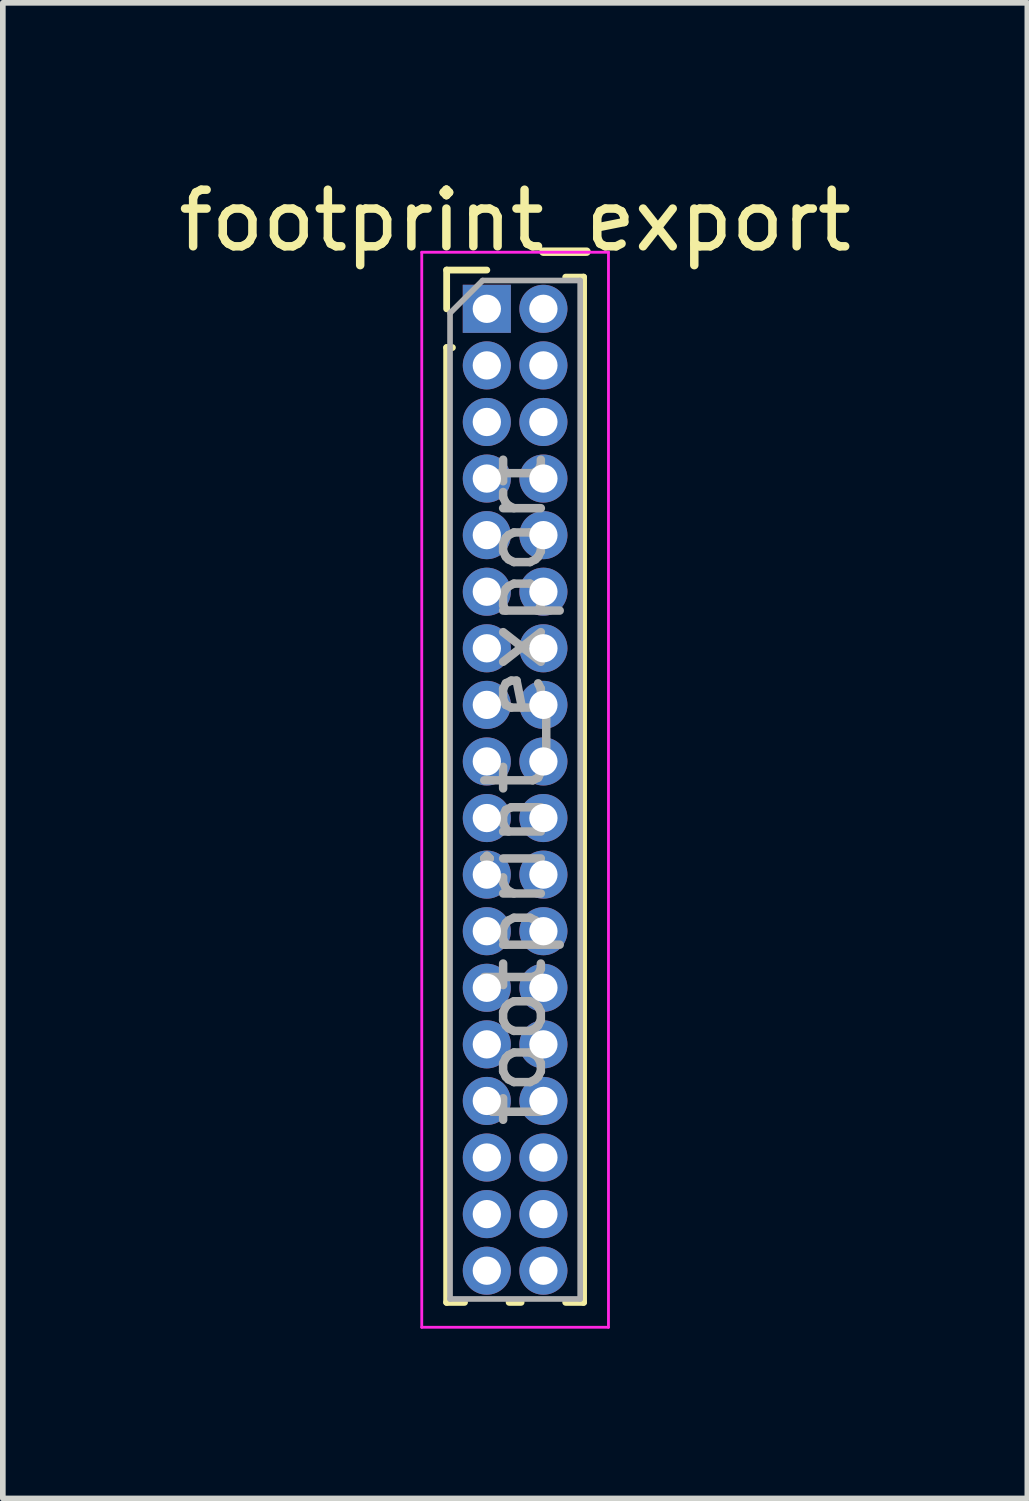
<source format=kicad_pcb>
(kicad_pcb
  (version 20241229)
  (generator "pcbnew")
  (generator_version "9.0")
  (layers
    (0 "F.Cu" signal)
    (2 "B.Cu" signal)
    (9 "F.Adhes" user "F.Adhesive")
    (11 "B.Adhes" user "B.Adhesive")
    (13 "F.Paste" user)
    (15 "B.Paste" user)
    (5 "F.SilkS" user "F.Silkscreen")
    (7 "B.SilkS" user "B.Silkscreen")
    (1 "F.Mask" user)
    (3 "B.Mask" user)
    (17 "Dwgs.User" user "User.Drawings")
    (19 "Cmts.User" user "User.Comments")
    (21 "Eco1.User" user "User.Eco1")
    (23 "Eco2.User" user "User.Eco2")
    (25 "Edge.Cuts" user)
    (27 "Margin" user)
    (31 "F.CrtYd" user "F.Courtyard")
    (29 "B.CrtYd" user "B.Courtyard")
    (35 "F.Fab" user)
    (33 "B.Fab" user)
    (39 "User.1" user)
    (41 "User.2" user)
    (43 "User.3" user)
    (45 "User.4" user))
  (footprint "footprint_export"
    (layer "F.Cu")
    (at 5.554 2.408)
    (property "Reference" "footprint_export" (at 0.5 -1.56 0) (layer "F.SilkS") (effects (font (size 1 1) (thickness 0.15))))
    (attr through_hole)
    (fp_line (start -0.71 -0.685) (end 0 -0.685) (stroke (width 0.12) (type solid)) (layer "F.SilkS"))
    (fp_line (start -0.71 0) (end -0.71 -0.685) (stroke (width 0.12) (type solid)) (layer "F.SilkS"))
    (fp_line (start -0.71 0.685) (end -0.71 17.56) (stroke (width 0.12) (type solid)) (layer "F.SilkS"))
    (fp_line (start -0.71 0.685) (end -0.608 0.685) (stroke (width 0.12) (type solid)) (layer "F.SilkS"))
    (fp_line (start -0.71 17.56) (end -0.394 17.56) (stroke (width 0.12) (type solid)) (layer "F.SilkS"))
    (fp_line (start 0.394 17.56) (end 0.606 17.56) (stroke (width 0.12) (type solid)) (layer "F.SilkS"))
    (fp_line (start 1.394 -0.56) (end 1.71 -0.56) (stroke (width 0.12) (type solid)) (layer "F.SilkS"))
    (fp_line (start 1.394 17.56) (end 1.71 17.56) (stroke (width 0.12) (type solid)) (layer "F.SilkS"))
    (fp_line (start 1.71 -0.56) (end 1.71 17.56) (stroke (width 0.12) (type solid)) (layer "F.SilkS"))
    (fp_line (start -1.15 -1) (end -1.15 18) (stroke (width 0.05) (type solid)) (layer "F.CrtYd"))
    (fp_line (start -1.15 18) (end 2.15 18) (stroke (width 0.05) (type solid)) (layer "F.CrtYd"))
    (fp_line (start 2.15 -1) (end -1.15 -1) (stroke (width 0.05) (type solid)) (layer "F.CrtYd"))
    (fp_line (start 2.15 18) (end 2.15 -1) (stroke (width 0.05) (type solid)) (layer "F.CrtYd"))
    (fp_line (start -0.65 0.075) (end -0.075 -0.5) (stroke (width 0.1) (type solid)) (layer "F.Fab"))
    (fp_line (start -0.65 17.5) (end -0.65 0.075) (stroke (width 0.1) (type solid)) (layer "F.Fab"))
    (fp_line (start -0.075 -0.5) (end 1.65 -0.5) (stroke (width 0.1) (type solid)) (layer "F.Fab"))
    (fp_line (start 1.65 -0.5) (end 1.65 17.5) (stroke (width 0.1) (type solid)) (layer "F.Fab"))
    (fp_line (start 1.65 17.5) (end -0.65 17.5) (stroke (width 0.1) (type solid)) (layer "F.Fab"))
    (fp_text user "${REFERENCE}" (at 0.5 8.5 90) (layer "F.Fab") (effects (font (size 1 1) (thickness 0.15))))
    (pad "1" thru_hole rect (at 0 0) (size 0.85 0.85) (drill 0.5) (layers "*.Cu" "*.Mask"))
    (pad "2" thru_hole oval (at 1 0) (size 0.85 0.85) (drill 0.5) (layers "*.Cu" "*.Mask"))
    (pad "3" thru_hole oval (at 0 1) (size 0.85 0.85) (drill 0.5) (layers "*.Cu" "*.Mask"))
    (pad "4" thru_hole oval (at 1 1) (size 0.85 0.85) (drill 0.5) (layers "*.Cu" "*.Mask"))
    (pad "5" thru_hole oval (at 0 2) (size 0.85 0.85) (drill 0.5) (layers "*.Cu" "*.Mask"))
    (pad "6" thru_hole oval (at 1 2) (size 0.85 0.85) (drill 0.5) (layers "*.Cu" "*.Mask"))
    (pad "7" thru_hole oval (at 0 3) (size 0.85 0.85) (drill 0.5) (layers "*.Cu" "*.Mask"))
    (pad "8" thru_hole oval (at 1 3) (size 0.85 0.85) (drill 0.5) (layers "*.Cu" "*.Mask"))
    (pad "9" thru_hole oval (at 0 4) (size 0.85 0.85) (drill 0.5) (layers "*.Cu" "*.Mask"))
    (pad "10" thru_hole oval (at 1 4) (size 0.85 0.85) (drill 0.5) (layers "*.Cu" "*.Mask"))
    (pad "11" thru_hole oval (at 0 5) (size 0.85 0.85) (drill 0.5) (layers "*.Cu" "*.Mask"))
    (pad "12" thru_hole oval (at 1 5) (size 0.85 0.85) (drill 0.5) (layers "*.Cu" "*.Mask"))
    (pad "13" thru_hole oval (at 0 6) (size 0.85 0.85) (drill 0.5) (layers "*.Cu" "*.Mask"))
    (pad "14" thru_hole oval (at 1 6) (size 0.85 0.85) (drill 0.5) (layers "*.Cu" "*.Mask"))
    (pad "15" thru_hole oval (at 0 7) (size 0.85 0.85) (drill 0.5) (layers "*.Cu" "*.Mask"))
    (pad "16" thru_hole oval (at 1 7) (size 0.85 0.85) (drill 0.5) (layers "*.Cu" "*.Mask"))
    (pad "17" thru_hole oval (at 0 8) (size 0.85 0.85) (drill 0.5) (layers "*.Cu" "*.Mask"))
    (pad "18" thru_hole oval (at 1 8) (size 0.85 0.85) (drill 0.5) (layers "*.Cu" "*.Mask"))
    (pad "19" thru_hole oval (at 0 9) (size 0.85 0.85) (drill 0.5) (layers "*.Cu" "*.Mask"))
    (pad "20" thru_hole oval (at 1 9) (size 0.85 0.85) (drill 0.5) (layers "*.Cu" "*.Mask"))
    (pad "21" thru_hole oval (at 0 10) (size 0.85 0.85) (drill 0.5) (layers "*.Cu" "*.Mask"))
    (pad "22" thru_hole oval (at 1 10) (size 0.85 0.85) (drill 0.5) (layers "*.Cu" "*.Mask"))
    (pad "23" thru_hole oval (at 0 11) (size 0.85 0.85) (drill 0.5) (layers "*.Cu" "*.Mask"))
    (pad "24" thru_hole oval (at 1 11) (size 0.85 0.85) (drill 0.5) (layers "*.Cu" "*.Mask"))
    (pad "25" thru_hole oval (at 0 12) (size 0.85 0.85) (drill 0.5) (layers "*.Cu" "*.Mask"))
    (pad "26" thru_hole oval (at 1 12) (size 0.85 0.85) (drill 0.5) (layers "*.Cu" "*.Mask"))
    (pad "27" thru_hole oval (at 0 13) (size 0.85 0.85) (drill 0.5) (layers "*.Cu" "*.Mask"))
    (pad "28" thru_hole oval (at 1 13) (size 0.85 0.85) (drill 0.5) (layers "*.Cu" "*.Mask"))
    (pad "29" thru_hole oval (at 0 14) (size 0.85 0.85) (drill 0.5) (layers "*.Cu" "*.Mask"))
    (pad "30" thru_hole oval (at 1 14) (size 0.85 0.85) (drill 0.5) (layers "*.Cu" "*.Mask"))
    (pad "31" thru_hole oval (at 0 15) (size 0.85 0.85) (drill 0.5) (layers "*.Cu" "*.Mask"))
    (pad "32" thru_hole oval (at 1 15) (size 0.85 0.85) (drill 0.5) (layers "*.Cu" "*.Mask"))
    (pad "33" thru_hole oval (at 0 16) (size 0.85 0.85) (drill 0.5) (layers "*.Cu" "*.Mask"))
    (pad "34" thru_hole oval (at 1 16) (size 0.85 0.85) (drill 0.5) (layers "*.Cu" "*.Mask"))
    (pad "35" thru_hole oval (at 0 17) (size 0.85 0.85) (drill 0.5) (layers "*.Cu" "*.Mask"))
    (pad "36" thru_hole oval (at 1 17) (size 0.85 0.85) (drill 0.5) (layers "*.Cu" "*.Mask")))
  (gr_rect
    (start -3 -3)
    (end 15.107 23.433)
    (stroke (width 0.1) (type default))
    (fill no)
    (layer "Edge.Cuts")))
</source>
